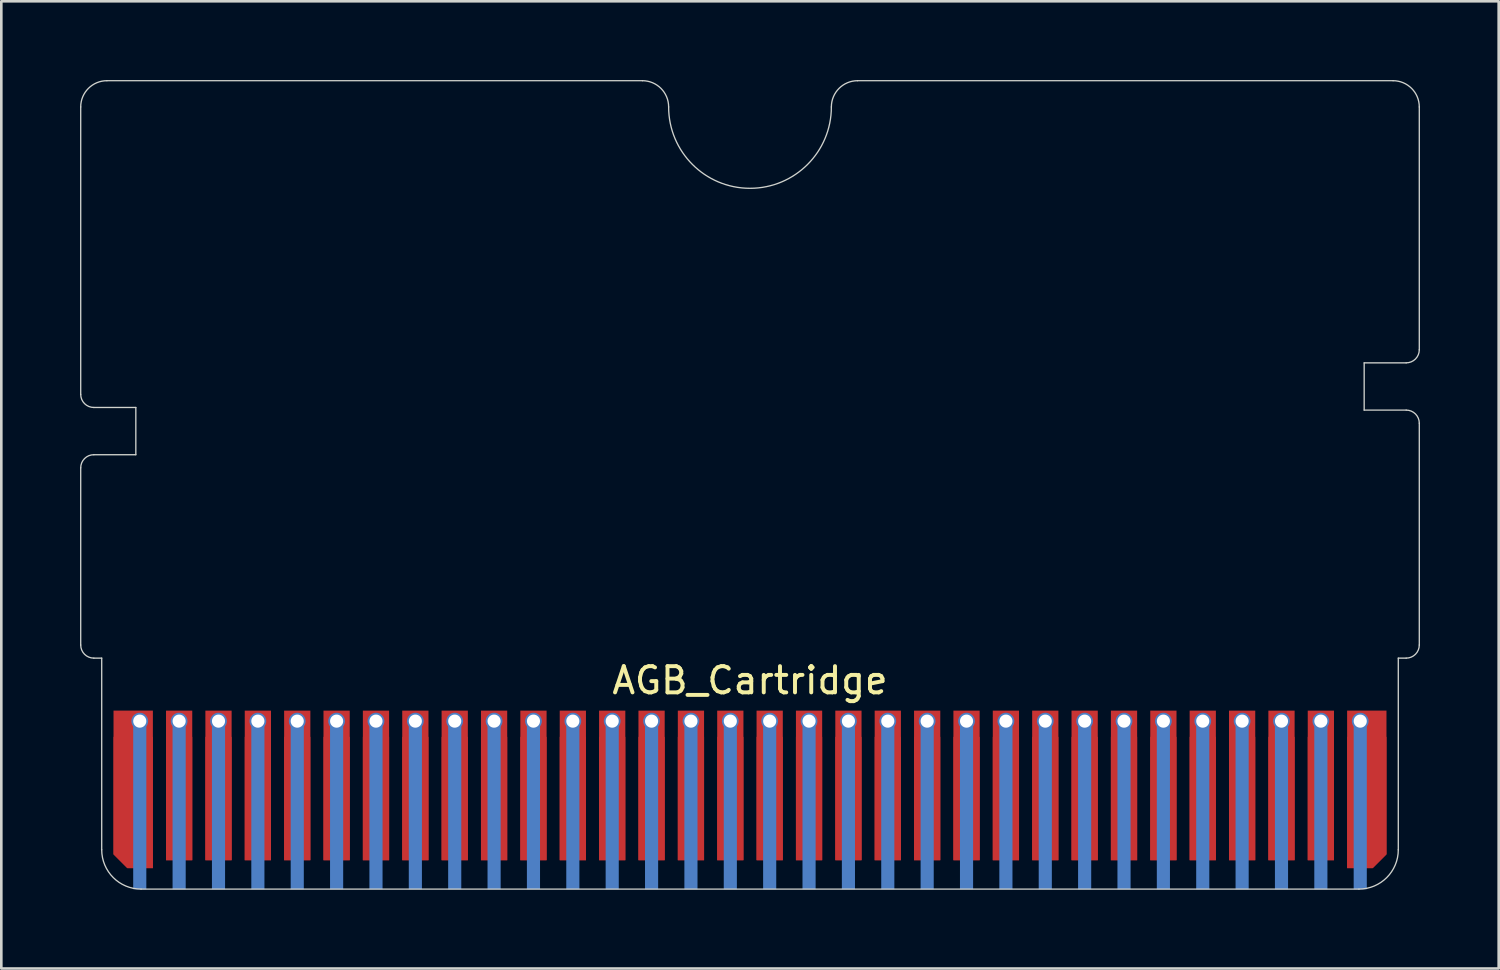
<source format=kicad_pcb>
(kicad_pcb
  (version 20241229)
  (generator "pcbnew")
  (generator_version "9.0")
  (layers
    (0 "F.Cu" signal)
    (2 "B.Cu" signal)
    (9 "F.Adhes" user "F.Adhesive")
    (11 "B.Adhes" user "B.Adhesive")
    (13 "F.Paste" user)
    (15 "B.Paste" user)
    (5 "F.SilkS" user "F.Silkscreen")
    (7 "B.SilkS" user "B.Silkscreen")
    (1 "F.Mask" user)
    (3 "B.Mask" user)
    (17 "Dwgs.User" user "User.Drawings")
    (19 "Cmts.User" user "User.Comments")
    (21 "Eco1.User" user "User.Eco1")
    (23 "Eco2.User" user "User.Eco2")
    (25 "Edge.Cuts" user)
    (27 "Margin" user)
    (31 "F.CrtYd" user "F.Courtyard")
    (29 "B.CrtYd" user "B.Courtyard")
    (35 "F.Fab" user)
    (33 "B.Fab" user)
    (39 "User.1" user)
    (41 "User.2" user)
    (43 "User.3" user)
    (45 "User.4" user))
  (footprint "AGB_Cartridge"
    (layer "F.Cu")
    (at 25.525 26.875)
    (property "Reference" "AGB_Cartridge" (at 0 -4 0) (unlocked yes) (layer "F.SilkS") (effects (font (size 1 1) (thickness 0.15))))
    (attr smd)
    (fp_rect (start -24.7 -1.85) (end 24.7 3.962) (stroke (width 0) (type solid)) (fill yes) (layer "F.Mask"))
    (fp_rect (start -24.7 3.95) (end -23.8 -1.85) (stroke (width 0.01) (type solid)) (fill yes) (layer "B.Mask"))
    (fp_rect (start -22.7 3.95) (end -22.3 -1.85) (stroke (width 0.01) (type solid)) (fill yes) (layer "B.Mask"))
    (fp_rect (start -21.2 3.95) (end -20.8 -1.85) (stroke (width 0.01) (type solid)) (fill yes) (layer "B.Mask"))
    (fp_rect (start -19.7 3.95) (end -19.3 -1.85) (stroke (width 0.01) (type solid)) (fill yes) (layer "B.Mask"))
    (fp_rect (start -18.2 3.95) (end -17.8 -1.85) (stroke (width 0.01) (type solid)) (fill yes) (layer "B.Mask"))
    (fp_rect (start -16.7 3.95) (end -16.3 -1.85) (stroke (width 0.01) (type solid)) (fill yes) (layer "B.Mask"))
    (fp_rect (start -15.2 3.95) (end -14.8 -1.85) (stroke (width 0.01) (type solid)) (fill yes) (layer "B.Mask"))
    (fp_rect (start -13.7 3.95) (end -13.3 -1.85) (stroke (width 0.01) (type solid)) (fill yes) (layer "B.Mask"))
    (fp_rect (start -12.2 3.95) (end -11.8 -1.85) (stroke (width 0.01) (type solid)) (fill yes) (layer "B.Mask"))
    (fp_rect (start -10.7 3.95) (end -10.3 -1.85) (stroke (width 0.01) (type solid)) (fill yes) (layer "B.Mask"))
    (fp_rect (start -9.2 3.95) (end -8.8 -1.85) (stroke (width 0.01) (type solid)) (fill yes) (layer "B.Mask"))
    (fp_rect (start -7.7 3.95) (end -7.3 -1.85) (stroke (width 0.01) (type solid)) (fill yes) (layer "B.Mask"))
    (fp_rect (start -6.2 3.95) (end -5.8 -1.85) (stroke (width 0.01) (type solid)) (fill yes) (layer "B.Mask"))
    (fp_rect (start -4.7 3.95) (end -4.3 -1.85) (stroke (width 0.01) (type solid)) (fill yes) (layer "B.Mask"))
    (fp_rect (start -3.2 3.95) (end -2.8 -1.85) (stroke (width 0.01) (type solid)) (fill yes) (layer "B.Mask"))
    (fp_rect (start -1.7 3.95) (end -1.3 -1.85) (stroke (width 0.01) (type solid)) (fill yes) (layer "B.Mask"))
    (fp_rect (start -0.2 3.95) (end 0.2 -1.85) (stroke (width 0.01) (type solid)) (fill yes) (layer "B.Mask"))
    (fp_rect (start 1.3 3.95) (end 1.7 -1.85) (stroke (width 0.01) (type solid)) (fill yes) (layer "B.Mask"))
    (fp_rect (start 2.8 3.95) (end 3.2 -1.85) (stroke (width 0.01) (type solid)) (fill yes) (layer "B.Mask"))
    (fp_rect (start 4.3 3.95) (end 4.7 -1.85) (stroke (width 0.01) (type solid)) (fill yes) (layer "B.Mask"))
    (fp_rect (start 5.8 3.95) (end 6.2 -1.85) (stroke (width 0.01) (type solid)) (fill yes) (layer "B.Mask"))
    (fp_rect (start 7.3 3.95) (end 7.7 -1.85) (stroke (width 0.01) (type solid)) (fill yes) (layer "B.Mask"))
    (fp_rect (start 8.8 3.95) (end 9.2 -1.85) (stroke (width 0.01) (type solid)) (fill yes) (layer "B.Mask"))
    (fp_rect (start 10.3 3.95) (end 10.7 -1.85) (stroke (width 0.01) (type solid)) (fill yes) (layer "B.Mask"))
    (fp_rect (start 11.8 3.95) (end 12.2 -1.85) (stroke (width 0.01) (type solid)) (fill yes) (layer "B.Mask"))
    (fp_rect (start 13.3 3.95) (end 13.7 -1.85) (stroke (width 0.01) (type solid)) (fill yes) (layer "B.Mask"))
    (fp_rect (start 14.8 3.95) (end 15.2 -1.85) (stroke (width 0.01) (type solid)) (fill yes) (layer "B.Mask"))
    (fp_rect (start 16.3 3.95) (end 16.7 -1.85) (stroke (width 0.01) (type solid)) (fill yes) (layer "B.Mask"))
    (fp_rect (start 17.8 3.95) (end 18.2 -1.85) (stroke (width 0.01) (type solid)) (fill yes) (layer "B.Mask"))
    (fp_rect (start 19.3 3.95) (end 19.7 -1.85) (stroke (width 0.01) (type solid)) (fill yes) (layer "B.Mask"))
    (fp_rect (start 20.8 3.95) (end 21.2 -1.85) (stroke (width 0.01) (type solid)) (fill yes) (layer "B.Mask"))
    (fp_rect (start 22.3 3.95) (end 22.7 -1.85) (stroke (width 0.01) (type solid)) (fill yes) (layer "B.Mask"))
    (fp_rect (start 24.7 3.95) (end 23.8 -1.85) (stroke (width 0.01) (type solid)) (fill yes) (layer "B.Mask"))
    (fp_line (start -25.5 -14.9) (end -25.5 -25.85) (stroke (width 0.05) (type solid)) (layer "Edge.Cuts"))
    (fp_line (start -25.5 -5.35) (end -25.5 -12.1) (stroke (width 0.05) (type solid)) (layer "Edge.Cuts"))
    (fp_line (start -24.7 -4.85) (end -25 -4.85) (stroke (width 0.05) (type solid)) (layer "Edge.Cuts"))
    (fp_line (start -24.7 2.45) (end -24.7 -4.85) (stroke (width 0.05) (type solid)) (layer "Edge.Cuts"))
    (fp_line (start -24.5 -26.85) (end -4.1 -26.85) (stroke (width 0.05) (type solid)) (layer "Edge.Cuts"))
    (fp_line (start -23.4 -14.4) (end -25 -14.4) (stroke (width 0.05) (type solid)) (layer "Edge.Cuts"))
    (fp_line (start -23.4 -14.4) (end -23.4 -12.6) (stroke (width 0.05) (type solid)) (layer "Edge.Cuts"))
    (fp_line (start -23.4 -12.6) (end -25 -12.6) (stroke (width 0.05) (type solid)) (layer "Edge.Cuts"))
    (fp_line (start -23.2 3.95) (end 23.2 3.95) (stroke (width 0.05) (type solid)) (layer "Edge.Cuts"))
    (fp_line (start 4.1 -26.85) (end 24.5 -26.85) (stroke (width 0.05) (type solid)) (layer "Edge.Cuts"))
    (fp_line (start 23.4 -16.1) (end 25 -16.1) (stroke (width 0.05) (type solid)) (layer "Edge.Cuts"))
    (fp_line (start 23.4 -14.3) (end 23.4 -16.1) (stroke (width 0.05) (type solid)) (layer "Edge.Cuts"))
    (fp_line (start 23.4 -14.3) (end 25 -14.3) (stroke (width 0.05) (type solid)) (layer "Edge.Cuts"))
    (fp_line (start 24.7 2.45) (end 24.7 -4.85) (stroke (width 0.05) (type solid)) (layer "Edge.Cuts"))
    (fp_line (start 25 -4.85) (end 24.7 -4.85) (stroke (width 0.05) (type solid)) (layer "Edge.Cuts"))
    (fp_line (start 25.5 -16.6) (end 25.5 -25.85) (stroke (width 0.05) (type solid)) (layer "Edge.Cuts"))
    (fp_line (start 25.5 -5.35) (end 25.5 -13.8) (stroke (width 0.05) (type solid)) (layer "Edge.Cuts"))
    (fp_arc (start -25.5 -25.8504) (mid -25.207091 -26.557491) (end -24.5 -26.8504) (stroke (width 0.05) (type solid)) (layer "Edge.Cuts"))
    (fp_arc (start -25.5 -12.1004) (mid -25.353538 -12.453938) (end -25 -12.6004) (stroke (width 0.05) (type solid)) (layer "Edge.Cuts"))
    (fp_arc (start -25 -14.4004) (mid -25.353535 -14.546865) (end -25.5 -14.9004) (stroke (width 0.05) (type solid)) (layer "Edge.Cuts"))
    (fp_arc (start -25 -4.8504) (mid -25.353535 -4.996865) (end -25.5 -5.3504) (stroke (width 0.05) (type solid)) (layer "Edge.Cuts"))
    (fp_arc (start -23.2 3.9496) (mid -24.260642 3.510242) (end -24.7 2.4496) (stroke (width 0.05) (type solid)) (layer "Edge.Cuts"))
    (fp_arc (start -4.1 -26.8504) (mid -3.392875 -26.557525) (end -3.1 -25.8504) (stroke (width 0.05) (type solid)) (layer "Edge.Cuts"))
    (fp_arc (start 3.1 -25.8504) (mid 0 -22.7504) (end -3.1 -25.8504) (stroke (width 0.05) (type solid)) (layer "Edge.Cuts"))
    (fp_arc (start 3.1 -25.8504) (mid 3.392908 -26.557492) (end 4.1 -26.8504) (stroke (width 0.05) (type solid)) (layer "Edge.Cuts"))
    (fp_arc (start 24.5 -26.8504) (mid 25.207107 -26.557507) (end 25.5 -25.8504) (stroke (width 0.05) (type solid)) (layer "Edge.Cuts"))
    (fp_arc (start 24.7 2.4496) (mid 24.260675 3.510275) (end 23.2 3.9496) (stroke (width 0.05) (type solid)) (layer "Edge.Cuts"))
    (fp_arc (start 25 -14.3004) (mid 25.353553 -14.153953) (end 25.5 -13.8004) (stroke (width 0.05) (type solid)) (layer "Edge.Cuts"))
    (fp_arc (start 25.5 -16.6004) (mid 25.353641 -16.246759) (end 25 -16.1004) (stroke (width 0.05) (type solid)) (layer "Edge.Cuts"))
    (fp_arc (start 25.5 -5.3504) (mid 25.353641 -4.996759) (end 25 -4.8504) (stroke (width 0.05) (type solid)) (layer "Edge.Cuts"))
    (pad "1" smd roundrect (at -23.5 0.15) (size 1.5 6) (layers "F.Cu" "F.Paste") (roundrect_rratio 0) (chamfer_ratio 0.35) (chamfer bottom_left))
    (pad "1" smd roundrect (at -23.5 0.65) (size 1.5 5) (layers "F.Cu" "F.Mask") (roundrect_rratio 0) (chamfer_ratio 0.35) (chamfer bottom_left))
    (pad "1" thru_hole circle (at -23.25 -2.45 180) (size 0.55 0.55) (drill 0.5) (layers "*.Cu" "*.Mask"))
    (pad "1" smd circle (at -23.25 -2.45) (size 0.64 0.64) (layers "B.Cu" "B.Paste"))
    (pad "1" smd rect (at -23.25 0.755) (size 0.5 6.4) (layers "B.Cu" "B.Paste"))
    (pad "1" smd rect (at -21.75 0.5 180) (size 1 4.7) (layers "F.Cu" "F.Mask"))
    (pad "2" thru_hole circle (at -21.75 -2.45 180) (size 0.55 0.55) (drill 0.5) (layers "*.Cu" "*.Mask"))
    (pad "2" smd circle (at -21.75 -2.45) (size 0.64 0.64) (layers "B.Cu" "B.Paste"))
    (pad "2" smd rect (at -21.75 0 180) (size 1 5.7) (layers "F.Cu" "F.Paste"))
    (pad "2" smd rect (at -21.75 0.755) (size 0.5 6.4) (layers "B.Cu" "B.Paste"))
    (pad "3" thru_hole circle (at -20.25 -2.45 180) (size 0.55 0.55) (drill 0.5) (layers "*.Cu" "*.Mask"))
    (pad "3" smd circle (at -20.25 -2.45) (size 0.64 0.64) (layers "B.Cu" "B.Paste"))
    (pad "3" smd rect (at -20.25 0 180) (size 1 5.7) (layers "F.Cu" "F.Paste"))
    (pad "3" smd rect (at -20.25 0.5 180) (size 1 4.7) (layers "F.Cu" "F.Mask"))
    (pad "3" smd rect (at -20.25 0.755) (size 0.5 6.4) (layers "B.Cu" "B.Paste"))
    (pad "4" thru_hole circle (at -18.75 -2.45 180) (size 0.55 0.55) (drill 0.5) (layers "*.Cu" "*.Mask"))
    (pad "4" smd circle (at -18.75 -2.45) (size 0.64 0.64) (layers "B.Cu" "B.Paste"))
    (pad "4" smd rect (at -18.75 0 180) (size 1 5.7) (layers "F.Cu" "F.Paste"))
    (pad "4" smd rect (at -18.75 0.5 180) (size 1 4.7) (layers "F.Cu" "F.Mask"))
    (pad "4" smd rect (at -18.75 0.755) (size 0.5 6.4) (layers "B.Cu" "B.Paste"))
    (pad "5" thru_hole circle (at -17.25 -2.45 180) (size 0.55 0.55) (drill 0.5) (layers "*.Cu" "*.Mask"))
    (pad "5" smd circle (at -17.25 -2.45) (size 0.64 0.64) (layers "B.Cu" "B.Paste"))
    (pad "5" smd rect (at -17.25 0 180) (size 1 5.7) (layers "F.Cu" "F.Paste"))
    (pad "5" smd rect (at -17.25 0.5 180) (size 1 4.7) (layers "F.Cu" "F.Mask"))
    (pad "5" smd rect (at -17.25 0.755) (size 0.5 6.4) (layers "B.Cu" "B.Paste"))
    (pad "6" thru_hole circle (at -15.75 -2.45 180) (size 0.55 0.55) (drill 0.5) (layers "*.Cu" "*.Mask"))
    (pad "6" smd circle (at -15.75 -2.45) (size 0.64 0.64) (layers "B.Cu" "B.Paste"))
    (pad "6" smd rect (at -15.75 0 180) (size 1 5.7) (layers "F.Cu" "F.Paste"))
    (pad "6" smd rect (at -15.75 0.5 180) (size 1 4.7) (layers "F.Cu" "F.Mask"))
    (pad "6" smd rect (at -15.75 0.755) (size 0.5 6.4) (layers "B.Cu" "B.Paste"))
    (pad "7" thru_hole circle (at -14.25 -2.45 180) (size 0.55 0.55) (drill 0.5) (layers "*.Cu" "*.Mask"))
    (pad "7" smd circle (at -14.25 -2.45) (size 0.64 0.64) (layers "B.Cu" "B.Paste"))
    (pad "7" smd rect (at -14.25 0 180) (size 1 5.7) (layers "F.Cu" "F.Paste"))
    (pad "7" smd rect (at -14.25 0.5 180) (size 1 4.7) (layers "F.Cu" "F.Mask"))
    (pad "7" smd rect (at -14.25 0.755) (size 0.5 6.4) (layers "B.Cu" "B.Paste"))
    (pad "8" thru_hole circle (at -12.75 -2.45 180) (size 0.55 0.55) (drill 0.5) (layers "*.Cu" "*.Mask"))
    (pad "8" smd circle (at -12.75 -2.45) (size 0.64 0.64) (layers "B.Cu" "B.Paste"))
    (pad "8" smd rect (at -12.75 0 180) (size 1 5.7) (layers "F.Cu" "F.Paste"))
    (pad "8" smd rect (at -12.75 0.5 180) (size 1 4.7) (layers "F.Cu" "F.Mask"))
    (pad "8" smd rect (at -12.75 0.755) (size 0.5 6.4) (layers "B.Cu" "B.Paste"))
    (pad "9" thru_hole circle (at -11.25 -2.45 180) (size 0.55 0.55) (drill 0.5) (layers "*.Cu" "*.Mask"))
    (pad "9" smd circle (at -11.25 -2.45) (size 0.64 0.64) (layers "B.Cu" "B.Paste"))
    (pad "9" smd rect (at -11.25 0 180) (size 1 5.7) (layers "F.Cu" "F.Paste"))
    (pad "9" smd rect (at -11.25 0.5 180) (size 1 4.7) (layers "F.Cu" "F.Mask"))
    (pad "9" smd rect (at -11.25 0.755) (size 0.5 6.4) (layers "B.Cu" "B.Paste"))
    (pad "10" thru_hole circle (at -9.75 -2.45 180) (size 0.55 0.55) (drill 0.5) (layers "*.Cu" "*.Mask"))
    (pad "10" smd circle (at -9.75 -2.45) (size 0.64 0.64) (layers "B.Cu" "B.Paste"))
    (pad "10" smd rect (at -9.75 0 180) (size 1 5.7) (layers "F.Cu" "F.Paste"))
    (pad "10" smd rect (at -9.75 0.5 180) (size 1 4.7) (layers "F.Cu" "F.Mask"))
    (pad "10" smd rect (at -9.75 0.755) (size 0.5 6.4) (layers "B.Cu" "B.Paste"))
    (pad "11" thru_hole circle (at -8.25 -2.45 180) (size 0.55 0.55) (drill 0.5) (layers "*.Cu" "*.Mask"))
    (pad "11" smd circle (at -8.25 -2.45) (size 0.64 0.64) (layers "B.Cu" "B.Paste"))
    (pad "11" smd rect (at -8.25 0 180) (size 1 5.7) (layers "F.Cu" "F.Paste"))
    (pad "11" smd rect (at -8.25 0.5 180) (size 1 4.7) (layers "F.Cu" "F.Mask"))
    (pad "11" smd rect (at -8.25 0.755) (size 0.5 6.4) (layers "B.Cu" "B.Paste"))
    (pad "12" thru_hole circle (at -6.75 -2.45 180) (size 0.55 0.55) (drill 0.5) (layers "*.Cu" "*.Mask"))
    (pad "12" smd circle (at -6.75 -2.45) (size 0.64 0.64) (layers "B.Cu" "B.Paste"))
    (pad "12" smd rect (at -6.75 0 180) (size 1 5.7) (layers "F.Cu" "F.Paste"))
    (pad "12" smd rect (at -6.75 0.5 180) (size 1 4.7) (layers "F.Cu" "F.Mask"))
    (pad "12" smd rect (at -6.75 0.755) (size 0.5 6.4) (layers "B.Cu" "B.Paste"))
    (pad "13" thru_hole circle (at -5.25 -2.45 180) (size 0.55 0.55) (drill 0.5) (layers "*.Cu" "*.Mask"))
    (pad "13" smd circle (at -5.25 -2.45) (size 0.64 0.64) (layers "B.Cu" "B.Paste"))
    (pad "13" smd rect (at -5.25 0 180) (size 1 5.7) (layers "F.Cu" "F.Paste"))
    (pad "13" smd rect (at -5.25 0.5 180) (size 1 4.7) (layers "F.Cu" "F.Mask"))
    (pad "13" smd rect (at -5.25 0.755) (size 0.5 6.4) (layers "B.Cu" "B.Paste"))
    (pad "14" thru_hole circle (at -3.75 -2.45 180) (size 0.55 0.55) (drill 0.5) (layers "*.Cu" "*.Mask"))
    (pad "14" smd circle (at -3.75 -2.45) (size 0.64 0.64) (layers "B.Cu" "B.Paste"))
    (pad "14" smd rect (at -3.75 0 180) (size 1 5.7) (layers "F.Cu" "F.Paste"))
    (pad "14" smd rect (at -3.75 0.5 180) (size 1 4.7) (layers "F.Cu" "F.Mask"))
    (pad "14" smd rect (at -3.75 0.755) (size 0.5 6.4) (layers "B.Cu" "B.Paste"))
    (pad "15" thru_hole circle (at -2.25 -2.45 180) (size 0.55 0.55) (drill 0.5) (layers "*.Cu" "*.Mask"))
    (pad "15" smd circle (at -2.25 -2.45) (size 0.64 0.64) (layers "B.Cu" "B.Paste"))
    (pad "15" smd rect (at -2.25 0 180) (size 1 5.7) (layers "F.Cu" "F.Paste"))
    (pad "15" smd rect (at -2.25 0.5 180) (size 1 4.7) (layers "F.Cu" "F.Mask"))
    (pad "15" smd rect (at -2.25 0.755) (size 0.5 6.4) (layers "B.Cu" "B.Paste"))
    (pad "16" thru_hole circle (at -0.75 -2.45 180) (size 0.55 0.55) (drill 0.5) (layers "*.Cu" "*.Mask"))
    (pad "16" smd circle (at -0.75 -2.45) (size 0.64 0.64) (layers "B.Cu" "B.Paste"))
    (pad "16" smd rect (at -0.75 0) (size 1 5.7) (layers "F.Cu" "F.Paste"))
    (pad "16" smd rect (at -0.75 0.5) (size 1 4.7) (layers "F.Cu" "F.Mask"))
    (pad "16" smd rect (at -0.75 0.755) (size 0.5 6.4) (layers "B.Cu" "B.Paste"))
    (pad "17" thru_hole circle (at 0.75 -2.45 180) (size 0.55 0.55) (drill 0.5) (layers "*.Cu" "*.Mask"))
    (pad "17" smd circle (at 0.75 -2.45) (size 0.64 0.64) (layers "B.Cu" "B.Paste"))
    (pad "17" smd rect (at 0.75 0 180) (size 1 5.7) (layers "F.Cu" "F.Paste"))
    (pad "17" smd rect (at 0.75 0.5 180) (size 1 4.7) (layers "F.Cu" "F.Mask"))
    (pad "17" smd rect (at 0.75 0.755) (size 0.5 6.4) (layers "B.Cu" "B.Paste"))
    (pad "18" thru_hole circle (at 2.25 -2.45 180) (size 0.55 0.55) (drill 0.5) (layers "*.Cu" "*.Mask"))
    (pad "18" smd circle (at 2.25 -2.45) (size 0.64 0.64) (layers "B.Cu" "B.Paste"))
    (pad "18" smd rect (at 2.25 0 180) (size 1 5.7) (layers "F.Cu" "F.Paste"))
    (pad "18" smd rect (at 2.25 0.5 180) (size 1 4.7) (layers "F.Cu" "F.Mask"))
    (pad "18" smd rect (at 2.25 0.755) (size 0.5 6.4) (layers "B.Cu" "B.Paste"))
    (pad "19" thru_hole circle (at 3.75 -2.45 180) (size 0.55 0.55) (drill 0.5) (layers "*.Cu" "*.Mask"))
    (pad "19" smd circle (at 3.75 -2.45) (size 0.64 0.64) (layers "B.Cu" "B.Paste"))
    (pad "19" smd rect (at 3.75 0 180) (size 1 5.7) (layers "F.Cu" "F.Paste"))
    (pad "19" smd rect (at 3.75 0.5 180) (size 1 4.7) (layers "F.Cu" "F.Mask"))
    (pad "19" smd rect (at 3.75 0.755) (size 0.5 6.4) (layers "B.Cu" "B.Paste"))
    (pad "20" thru_hole circle (at 5.25 -2.45 180) (size 0.55 0.55) (drill 0.5) (layers "*.Cu" "*.Mask"))
    (pad "20" smd circle (at 5.25 -2.45) (size 0.64 0.64) (layers "B.Cu" "B.Paste"))
    (pad "20" smd rect (at 5.25 0 180) (size 1 5.7) (layers "F.Cu" "F.Paste"))
    (pad "20" smd rect (at 5.25 0.5 180) (size 1 4.7) (layers "F.Cu" "F.Mask"))
    (pad "20" smd rect (at 5.25 0.755) (size 0.5 6.4) (layers "B.Cu" "B.Paste"))
    (pad "21" thru_hole circle (at 6.75 -2.45 180) (size 0.55 0.55) (drill 0.5) (layers "*.Cu" "*.Mask"))
    (pad "21" smd circle (at 6.75 -2.45) (size 0.64 0.64) (layers "B.Cu" "B.Paste"))
    (pad "21" smd rect (at 6.75 0 180) (size 1 5.7) (layers "F.Cu" "F.Paste"))
    (pad "21" smd rect (at 6.75 0.5 180) (size 1 4.7) (layers "F.Cu" "F.Mask"))
    (pad "21" smd rect (at 6.75 0.755) (size 0.5 6.4) (layers "B.Cu" "B.Paste"))
    (pad "22" thru_hole circle (at 8.25 -2.45 180) (size 0.55 0.55) (drill 0.5) (layers "*.Cu" "*.Mask"))
    (pad "22" smd circle (at 8.25 -2.45) (size 0.64 0.64) (layers "B.Cu" "B.Paste"))
    (pad "22" smd rect (at 8.25 0 180) (size 1 5.7) (layers "F.Cu" "F.Paste"))
    (pad "22" smd rect (at 8.25 0.5 180) (size 1 4.7) (layers "F.Cu" "F.Mask"))
    (pad "22" smd rect (at 8.25 0.755) (size 0.5 6.4) (layers "B.Cu" "B.Paste"))
    (pad "23" thru_hole circle (at 9.75 -2.45 180) (size 0.55 0.55) (drill 0.5) (layers "*.Cu" "*.Mask"))
    (pad "23" smd circle (at 9.75 -2.45) (size 0.64 0.64) (layers "B.Cu" "B.Paste"))
    (pad "23" smd rect (at 9.75 0 180) (size 1 5.7) (layers "F.Cu" "F.Paste"))
    (pad "23" smd rect (at 9.75 0.5 180) (size 1 4.7) (layers "F.Cu" "F.Mask"))
    (pad "23" smd rect (at 9.75 0.755) (size 0.5 6.4) (layers "B.Cu" "B.Paste"))
    (pad "24" thru_hole circle (at 11.25 -2.45 180) (size 0.55 0.55) (drill 0.5) (layers "*.Cu" "*.Mask"))
    (pad "24" smd circle (at 11.25 -2.45) (size 0.64 0.64) (layers "B.Cu" "B.Paste"))
    (pad "24" smd rect (at 11.25 0 180) (size 1 5.7) (layers "F.Cu" "F.Paste"))
    (pad "24" smd rect (at 11.25 0.5 180) (size 1 4.7) (layers "F.Cu" "F.Mask"))
    (pad "24" smd rect (at 11.25 0.755) (size 0.5 6.4) (layers "B.Cu" "B.Paste"))
    (pad "25" thru_hole circle (at 12.75 -2.45 180) (size 0.55 0.55) (drill 0.5) (layers "*.Cu" "*.Mask"))
    (pad "25" smd circle (at 12.75 -2.45) (size 0.64 0.64) (layers "B.Cu" "B.Paste"))
    (pad "25" smd rect (at 12.75 0 180) (size 1 5.7) (layers "F.Cu" "F.Paste"))
    (pad "25" smd rect (at 12.75 0.5 180) (size 1 4.7) (layers "F.Cu" "F.Mask"))
    (pad "25" smd rect (at 12.75 0.755) (size 0.5 6.4) (layers "B.Cu" "B.Paste"))
    (pad "26" thru_hole circle (at 14.25 -2.45 180) (size 0.55 0.55) (drill 0.5) (layers "*.Cu" "*.Mask"))
    (pad "26" smd circle (at 14.25 -2.45) (size 0.64 0.64) (layers "B.Cu" "B.Paste"))
    (pad "26" smd rect (at 14.25 0 180) (size 1 5.7) (layers "F.Cu" "F.Paste"))
    (pad "26" smd rect (at 14.25 0.5 180) (size 1 4.7) (layers "F.Cu" "F.Mask"))
    (pad "26" smd rect (at 14.25 0.755) (size 0.5 6.4) (layers "B.Cu" "B.Paste"))
    (pad "27" thru_hole circle (at 15.75 -2.45 180) (size 0.55 0.55) (drill 0.5) (layers "*.Cu" "*.Mask"))
    (pad "27" smd circle (at 15.75 -2.45) (size 0.64 0.64) (layers "B.Cu" "B.Paste"))
    (pad "27" smd rect (at 15.75 0 180) (size 1 5.7) (layers "F.Cu" "F.Paste"))
    (pad "27" smd rect (at 15.75 0.5 180) (size 1 4.7) (layers "F.Cu" "F.Mask"))
    (pad "27" smd rect (at 15.75 0.755) (size 0.5 6.4) (layers "B.Cu" "B.Paste"))
    (pad "28" thru_hole circle (at 17.25 -2.45 180) (size 0.55 0.55) (drill 0.5) (layers "*.Cu" "*.Mask"))
    (pad "28" smd circle (at 17.25 -2.45) (size 0.64 0.64) (layers "B.Cu" "B.Paste"))
    (pad "28" smd rect (at 17.25 0 180) (size 1 5.7) (layers "F.Cu" "F.Paste"))
    (pad "28" smd rect (at 17.25 0.5 180) (size 1 4.7) (layers "F.Cu" "F.Mask"))
    (pad "28" smd rect (at 17.25 0.755) (size 0.5 6.4) (layers "B.Cu" "B.Paste"))
    (pad "29" thru_hole circle (at 18.75 -2.45 180) (size 0.55 0.55) (drill 0.5) (layers "*.Cu" "*.Mask"))
    (pad "29" smd circle (at 18.75 -2.45) (size 0.64 0.64) (layers "B.Cu" "B.Paste"))
    (pad "29" smd rect (at 18.75 0 180) (size 1 5.7) (layers "F.Cu" "F.Paste"))
    (pad "29" smd rect (at 18.75 0.5 180) (size 1 4.7) (layers "F.Cu" "F.Mask"))
    (pad "29" smd rect (at 18.75 0.755) (size 0.5 6.4) (layers "B.Cu" "B.Paste"))
    (pad "30" thru_hole circle (at 20.25 -2.45 180) (size 0.55 0.55) (drill 0.5) (layers "*.Cu" "*.Mask"))
    (pad "30" smd circle (at 20.25 -2.45) (size 0.64 0.64) (layers "B.Cu" "B.Paste"))
    (pad "30" smd rect (at 20.25 0 180) (size 1 5.7) (layers "F.Cu" "F.Paste"))
    (pad "30" smd rect (at 20.25 0.5 180) (size 1 4.7) (layers "F.Cu" "F.Mask"))
    (pad "30" smd rect (at 20.25 0.755) (size 0.5 6.4) (layers "B.Cu" "B.Paste"))
    (pad "31" thru_hole circle (at 21.75 -2.45 180) (size 0.55 0.55) (drill 0.5) (layers "*.Cu" "*.Mask"))
    (pad "31" smd circle (at 21.75 -2.45) (size 0.64 0.64) (layers "B.Cu" "B.Paste"))
    (pad "31" smd rect (at 21.75 0 180) (size 1 5.7) (layers "F.Cu" "F.Paste"))
    (pad "31" smd rect (at 21.75 0.5 180) (size 1 4.7) (layers "F.Cu" "F.Mask"))
    (pad "31" smd rect (at 21.75 0.755) (size 0.5 6.4) (layers "B.Cu" "B.Paste"))
    (pad "32" thru_hole circle (at 23.25 -2.45 180) (size 0.55 0.55) (drill 0.5) (layers "*.Cu" "*.Mask"))
    (pad "32" smd circle (at 23.25 -2.45) (size 0.64 0.64) (layers "B.Cu" "B.Paste"))
    (pad "32" smd rect (at 23.25 0.755) (size 0.5 6.4) (layers "B.Cu" "B.Paste"))
    (pad "32" smd roundrect (at 23.5 0.15) (size 1.5 6) (layers "F.Cu" "F.Paste") (roundrect_rratio 0) (chamfer_ratio 0.35) (chamfer bottom_right))
    (pad "32" smd roundrect (at 23.5 0.65) (size 1.5 5) (layers "F.Cu" "F.Mask" "F.Paste") (roundrect_rratio 0) (chamfer_ratio 0.35) (chamfer bottom_right)))
  (gr_rect
    (start -3 -3)
    (end 54.05 33.85)
    (stroke (width 0.1) (type default))
    (fill no)
    (layer "Edge.Cuts")))
</source>
